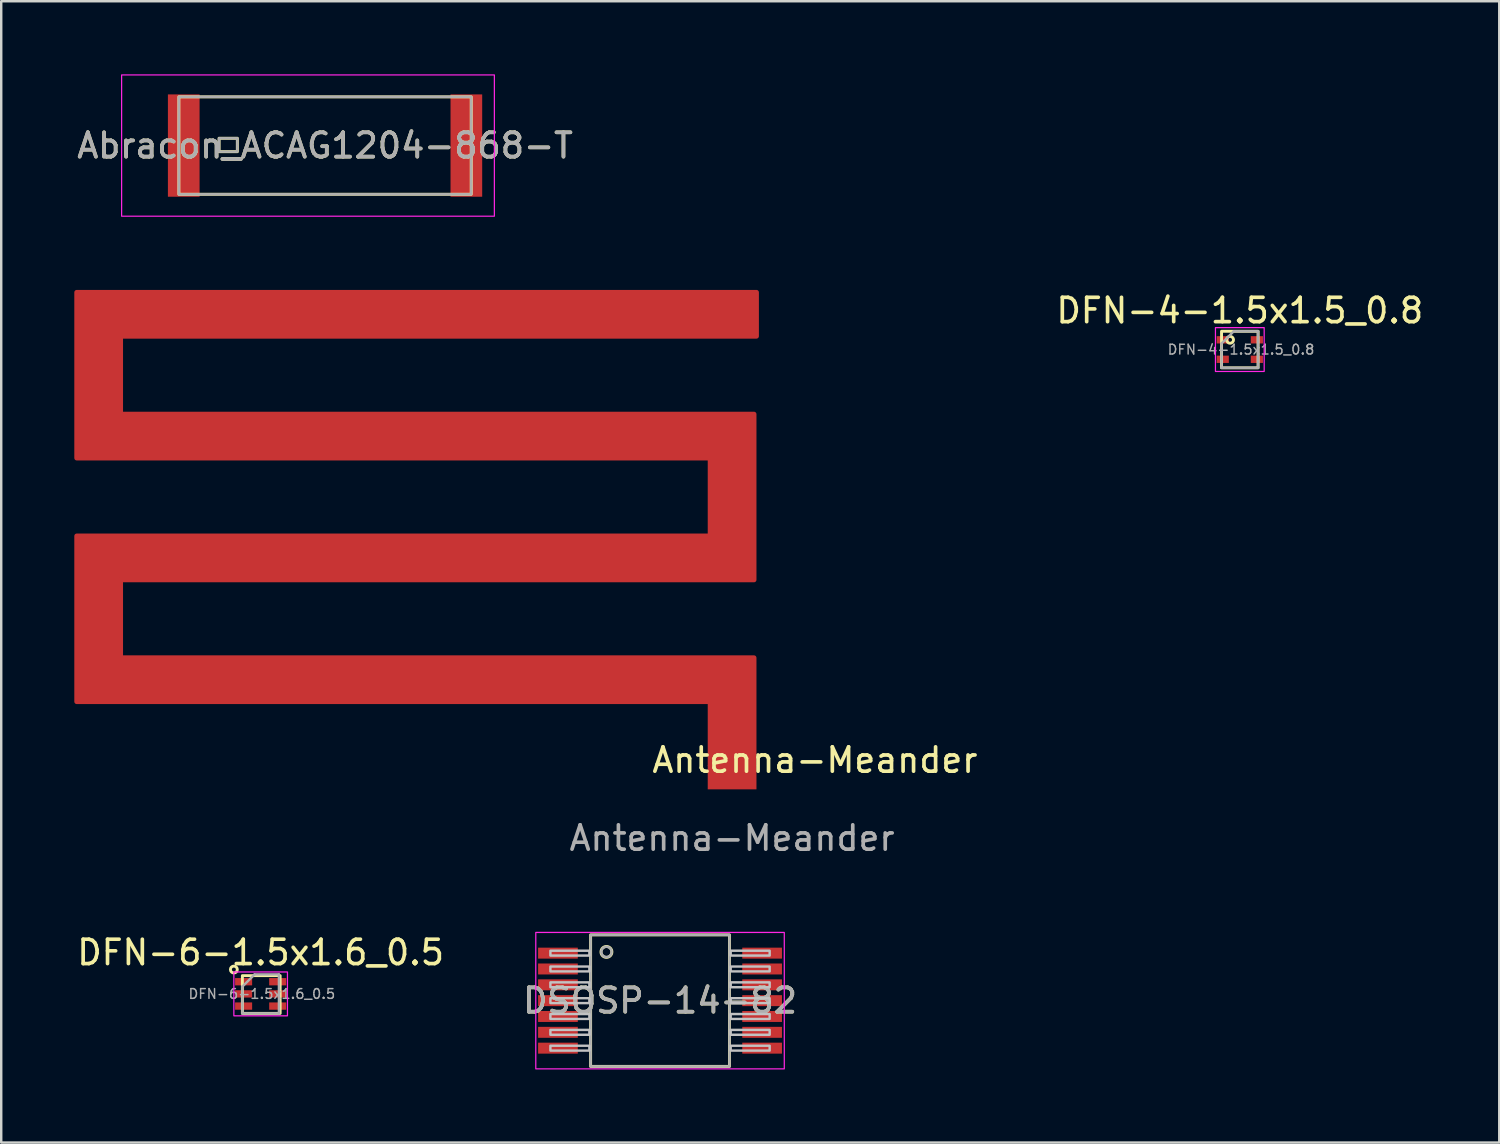
<source format=kicad_pcb>
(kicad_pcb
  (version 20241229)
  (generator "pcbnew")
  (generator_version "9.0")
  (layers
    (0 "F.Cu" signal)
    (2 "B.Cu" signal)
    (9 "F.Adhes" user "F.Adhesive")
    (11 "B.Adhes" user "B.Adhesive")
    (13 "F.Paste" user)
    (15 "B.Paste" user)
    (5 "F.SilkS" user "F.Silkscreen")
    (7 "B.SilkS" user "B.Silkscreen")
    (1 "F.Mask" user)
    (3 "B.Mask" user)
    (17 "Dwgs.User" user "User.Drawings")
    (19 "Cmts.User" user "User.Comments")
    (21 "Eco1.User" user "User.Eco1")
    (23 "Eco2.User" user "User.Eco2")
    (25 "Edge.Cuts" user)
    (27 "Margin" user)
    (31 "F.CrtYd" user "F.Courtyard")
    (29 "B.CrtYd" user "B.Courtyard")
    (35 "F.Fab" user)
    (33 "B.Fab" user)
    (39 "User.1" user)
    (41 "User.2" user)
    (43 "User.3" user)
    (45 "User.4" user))
  (footprint "DFN-6-1.5x1.6_0.5"
    (layer "F.Cu")
    (at 7.649 37.746)
    (property "Reference" "DFN-6-1.5x1.6_0.5" (at 0 -1.7 0) (unlocked yes) (layer "F.SilkS") (effects (font (size 1 1) (thickness 0.15))))
    (attr smd)
    (fp_rect (start -0.75 -0.75) (end 0.8 0.8) (stroke (width 0.12) (type solid)) (fill no) (layer "F.SilkS"))
    (fp_circle (center -1.1 -1) (end -1 -0.9) (stroke (width 0.12) (type solid)) (fill no) (layer "F.SilkS"))
    (fp_rect (start -1.1 -0.9) (end 1.1 0.9) (stroke (width 0.05) (type solid)) (fill no) (layer "F.CrtYd"))
    (fp_line (start -0.75 -0.3) (end -0.25 -0.8) (stroke (width 0.1) (type solid)) (layer "F.Fab"))
    (fp_line (start -0.75 0.8) (end -0.75 -0.3) (stroke (width 0.1) (type solid)) (layer "F.Fab"))
    (fp_line (start -0.25 -0.8) (end 0.75 -0.8) (stroke (width 0.1) (type solid)) (layer "F.Fab"))
    (fp_line (start 0.75 -0.8) (end 0.75 0.8) (stroke (width 0.1) (type solid)) (layer "F.Fab"))
    (fp_line (start 0.75 0.8) (end -0.75 0.8) (stroke (width 0.1) (type solid)) (layer "F.Fab"))
    (fp_text user "${REFERENCE}" (at 0.05 0 0) (unlocked yes) (layer "F.Fab") (effects (font (size 0.4 0.4) (thickness 0.06))))
    (pad "1" smd rect (at -0.7 -0.5) (size 0.7 0.3) (layers "F.Cu" "F.Mask" "F.Paste"))
    (pad "2" smd rect (at -0.7 0) (size 0.7 0.3) (layers "F.Cu" "F.Mask" "F.Paste"))
    (pad "3" smd rect (at -0.7 0.5) (size 0.7 0.3) (layers "F.Cu" "F.Mask" "F.Paste"))
    (pad "4" smd rect (at 0.7 0.5) (size 0.7 0.3) (layers "F.Cu" "F.Mask" "F.Paste"))
    (pad "5" smd rect (at 0.7 0) (size 0.7 0.3) (layers "F.Cu" "F.Mask" "F.Paste"))
    (pad "6" smd rect (at 0.7 -0.5) (size 0.7 0.3) (layers "F.Cu" "F.Mask" "F.Paste")))
  (footprint "DSOSP-14-82"
    (layer "F.Cu")
    (at 24.042 38.023)
    (property "Reference" "DSOSP-14-82" (at 0 0 0) (unlocked yes) (layer "F.SilkS") (effects (font (size 1 1) (thickness 0.15))))
    (attr smd)
    (fp_rect (start -2.85 -2.7) (end 2.85 2.7) (stroke (width 0.12) (type solid)) (fill no) (layer "F.SilkS"))
    (fp_circle (center -2.2 -2) (end -2.1 -1.8) (stroke (width 0.12) (type solid)) (fill no) (layer "F.SilkS"))
    (fp_rect (start -4.5 -2.05) (end -2.9 -1.85) (stroke (width 0.1) (type solid)) (fill no) (layer "Dwgs.User"))
    (fp_rect (start -4.5 -1.4) (end -2.9 -1.2) (stroke (width 0.1) (type solid)) (fill no) (layer "Dwgs.User"))
    (fp_rect (start -4.5 -0.75) (end -2.9 -0.55) (stroke (width 0.1) (type solid)) (fill no) (layer "Dwgs.User"))
    (fp_rect (start -4.5 -0.1) (end -2.9 0.1) (stroke (width 0.1) (type solid)) (fill no) (layer "Dwgs.User"))
    (fp_rect (start -4.5 0.55) (end -2.9 0.75) (stroke (width 0.1) (type solid)) (fill no) (layer "Dwgs.User"))
    (fp_rect (start -4.5 1.2) (end -2.9 1.4) (stroke (width 0.1) (type solid)) (fill no) (layer "Dwgs.User"))
    (fp_rect (start -4.5 1.85) (end -2.9 2.05) (stroke (width 0.1) (type solid)) (fill no) (layer "Dwgs.User"))
    (fp_rect (start 4.5 -1.85) (end 2.9 -2.05) (stroke (width 0.1) (type solid)) (fill no) (layer "Dwgs.User"))
    (fp_rect (start 4.5 -1.2) (end 2.9 -1.4) (stroke (width 0.1) (type solid)) (fill no) (layer "Dwgs.User"))
    (fp_rect (start 4.5 -0.55) (end 2.9 -0.75) (stroke (width 0.1) (type solid)) (fill no) (layer "Dwgs.User"))
    (fp_rect (start 4.5 0.1) (end 2.9 -0.1) (stroke (width 0.1) (type solid)) (fill no) (layer "Dwgs.User"))
    (fp_rect (start 4.5 0.75) (end 2.9 0.55) (stroke (width 0.1) (type solid)) (fill no) (layer "Dwgs.User"))
    (fp_rect (start 4.5 1.4) (end 2.9 1.2) (stroke (width 0.1) (type solid)) (fill no) (layer "Dwgs.User"))
    (fp_rect (start 4.5 2.05) (end 2.9 1.85) (stroke (width 0.1) (type solid)) (fill no) (layer "Dwgs.User"))
    (fp_rect (start -5.1 -2.8) (end 5.1 2.8) (stroke (width 0.05) (type solid)) (fill no) (layer "F.CrtYd"))
    (fp_rect (start -2.85 -2.7) (end 2.85 2.7) (stroke (width 0.1) (type solid)) (fill no) (layer "F.Fab"))
    (fp_circle (center -2.2 -2) (end -2.05 -2.15) (stroke (width 0.1) (type solid)) (fill no) (layer "F.Fab"))
    (fp_text user "${REFERENCE}" (at 0 0 0) (unlocked yes) (layer "F.Fab") (effects (font (size 1 1) (thickness 0.15))))
    (pad "1" smd rect (at -4.19 -1.95) (size 1.63 0.45) (layers "F.Cu" "F.Mask" "F.Paste"))
    (pad "2" smd rect (at -4.19 -1.3) (size 1.63 0.45) (layers "F.Cu" "F.Mask" "F.Paste"))
    (pad "3" smd rect (at -4.19 -0.65) (size 1.63 0.45) (layers "F.Cu" "F.Mask" "F.Paste"))
    (pad "4" smd rect (at -4.19 0) (size 1.63 0.45) (layers "F.Cu" "F.Mask" "F.Paste"))
    (pad "5" smd rect (at -4.19 0.65) (size 1.63 0.45) (layers "F.Cu" "F.Mask" "F.Paste"))
    (pad "6" smd rect (at -4.19 1.3) (size 1.63 0.45) (layers "F.Cu" "F.Mask" "F.Paste"))
    (pad "7" smd rect (at -4.19 1.95) (size 1.63 0.45) (layers "F.Cu" "F.Mask" "F.Paste"))
    (pad "8" smd rect (at 4.19 1.95) (size 1.63 0.45) (layers "F.Cu" "F.Mask" "F.Paste"))
    (pad "9" smd rect (at 4.19 1.3) (size 1.63 0.45) (layers "F.Cu" "F.Mask" "F.Paste"))
    (pad "10" smd rect (at 4.19 0.65) (size 1.63 0.45) (layers "F.Cu" "F.Mask" "F.Paste"))
    (pad "11" smd rect (at 4.19 0) (size 1.63 0.45) (layers "F.Cu" "F.Mask" "F.Paste"))
    (pad "12" smd rect (at 4.19 -0.65) (size 1.63 0.45) (layers "F.Cu" "F.Mask" "F.Paste"))
    (pad "13" smd rect (at 4.19 -1.3) (size 1.63 0.45) (layers "F.Cu" "F.Mask" "F.Paste"))
    (pad "14" smd rect (at 4.19 -1.95) (size 1.63 0.45) (layers "F.Cu" "F.Mask" "F.Paste")))
  (footprint "Abracon_ACAG1204-868-T"
    (layer "F.Cu")
    (at 10.292 2.925)
    (property "Reference" "Abracon_ACAG1204-868-T" (at 0 0 0) (unlocked yes) (layer "F.SilkS") (effects (font (size 1 1) (thickness 0.15))))
    (attr smd)
    (fp_rect (start -6 -2) (end 6 2) (stroke (width 0.12) (type solid)) (fill no) (layer "F.SilkS"))
    (fp_rect (start -4.35 -0.3) (end -3.6 0.25) (stroke (width 0.12) (type solid)) (fill no) (layer "F.SilkS"))
    (fp_rect (start -8.35 -2.9) (end 6.95 2.9) (stroke (width 0.05) (type solid)) (fill no) (layer "F.CrtYd"))
    (fp_rect (start -6 -2) (end 6 2) (stroke (width 0.1) (type solid)) (fill no) (layer "F.Fab"))
    (fp_rect (start -4.35 -0.3) (end -3.6 0.25) (stroke (width 0.1) (type solid)) (fill no) (layer "F.Fab"))
    (fp_text user "${REFERENCE}" (at 0 0 0) (unlocked yes) (layer "F.Fab") (effects (font (size 1 1) (thickness 0.15))))
    (pad "1" smd rect (at -5.8 0) (size 1.3 4.2) (layers "F.Cu" "F.Mask" "F.Paste"))
    (pad "2" smd rect (at 5.8 0) (size 1.3 4.2) (layers "F.Cu" "F.Mask" "F.Paste")))
  (footprint "DFN-4-1.5x1.5_0.8"
    (layer "F.Cu")
    (at 47.84 11.298)
    (property "Reference" "DFN-4-1.5x1.5_0.8" (at 0 -1.6 0) (unlocked yes) (layer "F.SilkS") (effects (font (size 1 1) (thickness 0.15))))
    (attr smd)
    (fp_rect (start -0.75 -0.75) (end 0.75 0.75) (stroke (width 0.12) (type solid)) (fill no) (layer "F.SilkS"))
    (fp_circle (center -0.4 -0.4) (end -0.3 -0.3) (stroke (width 0.12) (type solid)) (fill no) (layer "F.SilkS"))
    (fp_rect (start -1 -0.9) (end 1 0.9) (stroke (width 0.05) (type solid)) (fill no) (layer "F.CrtYd"))
    (fp_line (start -0.75 -0.25) (end -0.25 -0.75) (stroke (width 0.1) (type solid)) (layer "F.Fab"))
    (fp_line (start -0.75 0.75) (end -0.75 -0.25) (stroke (width 0.1) (type solid)) (layer "F.Fab"))
    (fp_line (start -0.25 -0.75) (end 0.75 -0.75) (stroke (width 0.1) (type solid)) (layer "F.Fab"))
    (fp_line (start 0.75 -0.75) (end 0.75 0.75) (stroke (width 0.1) (type solid)) (layer "F.Fab"))
    (fp_line (start 0.75 0.75) (end -0.75 0.75) (stroke (width 0.1) (type solid)) (layer "F.Fab"))
    (fp_text user "${REFERENCE}" (at 0.05 0 0) (unlocked yes) (layer "F.Fab") (effects (font (size 0.4 0.4) (thickness 0.06))))
    (pad "1" smd rect (at -0.7 -0.4) (size 0.5 0.3) (layers "F.Cu" "F.Mask" "F.Paste"))
    (pad "2" smd rect (at -0.7 0.4) (size 0.5 0.3) (layers "F.Cu" "F.Mask" "F.Paste"))
    (pad "3" smd rect (at 0.7 0.4) (size 0.5 0.3) (layers "F.Cu" "F.Mask" "F.Paste"))
    (pad "4" smd rect (at 0.7 -0.4) (size 0.5 0.3) (layers "F.Cu" "F.Mask" "F.Paste")))
  (footprint "Antenna-Meander"
    (layer "F.Cu")
    (at 27 28.85)
    (property "Reference" "Antenna-Meander" (at 3.4 -0.7 0) (unlocked yes) (layer "F.SilkS") (effects (font (size 1 1) (thickness 0.15))))
    (attr smd)
    (fp_poly (pts (xy 1 -18.1) (xy -25.1 -18.1) (xy -25.1 -14.9) (xy 0.9 -14.9) (xy 0.9 -8.1) (xy -25.1 -8.1) (xy -25.1 -4.9) (xy 0.9 -4.9) (xy 0.9 -0.5) (xy -0.9 -0.5) (xy -0.9 -3.1) (xy -26.9 -3.1) (xy -26.9 -9.9) (xy -0.9 -9.9) (xy -0.9 -13.1) (xy -26.9 -13.1) (xy -26.9 -19.9) (xy 1 -19.9)) (stroke (width 0.2) (type solid)) (fill yes) (layer "F.Cu"))
    (fp_text user "${REFERENCE}" (at 0 2.5 0) (unlocked yes) (layer "F.Fab") (effects (font (size 1 1) (thickness 0.15))))
    (pad "1" smd rect (at 0 0) (size 2 1) (layers "F.Cu" "F.Mask")))
  (gr_rect
    (start -3 -3)
    (end 58.489 43.848)
    (stroke (width 0.1) (type default))
    (fill no)
    (layer "Edge.Cuts")))
</source>
